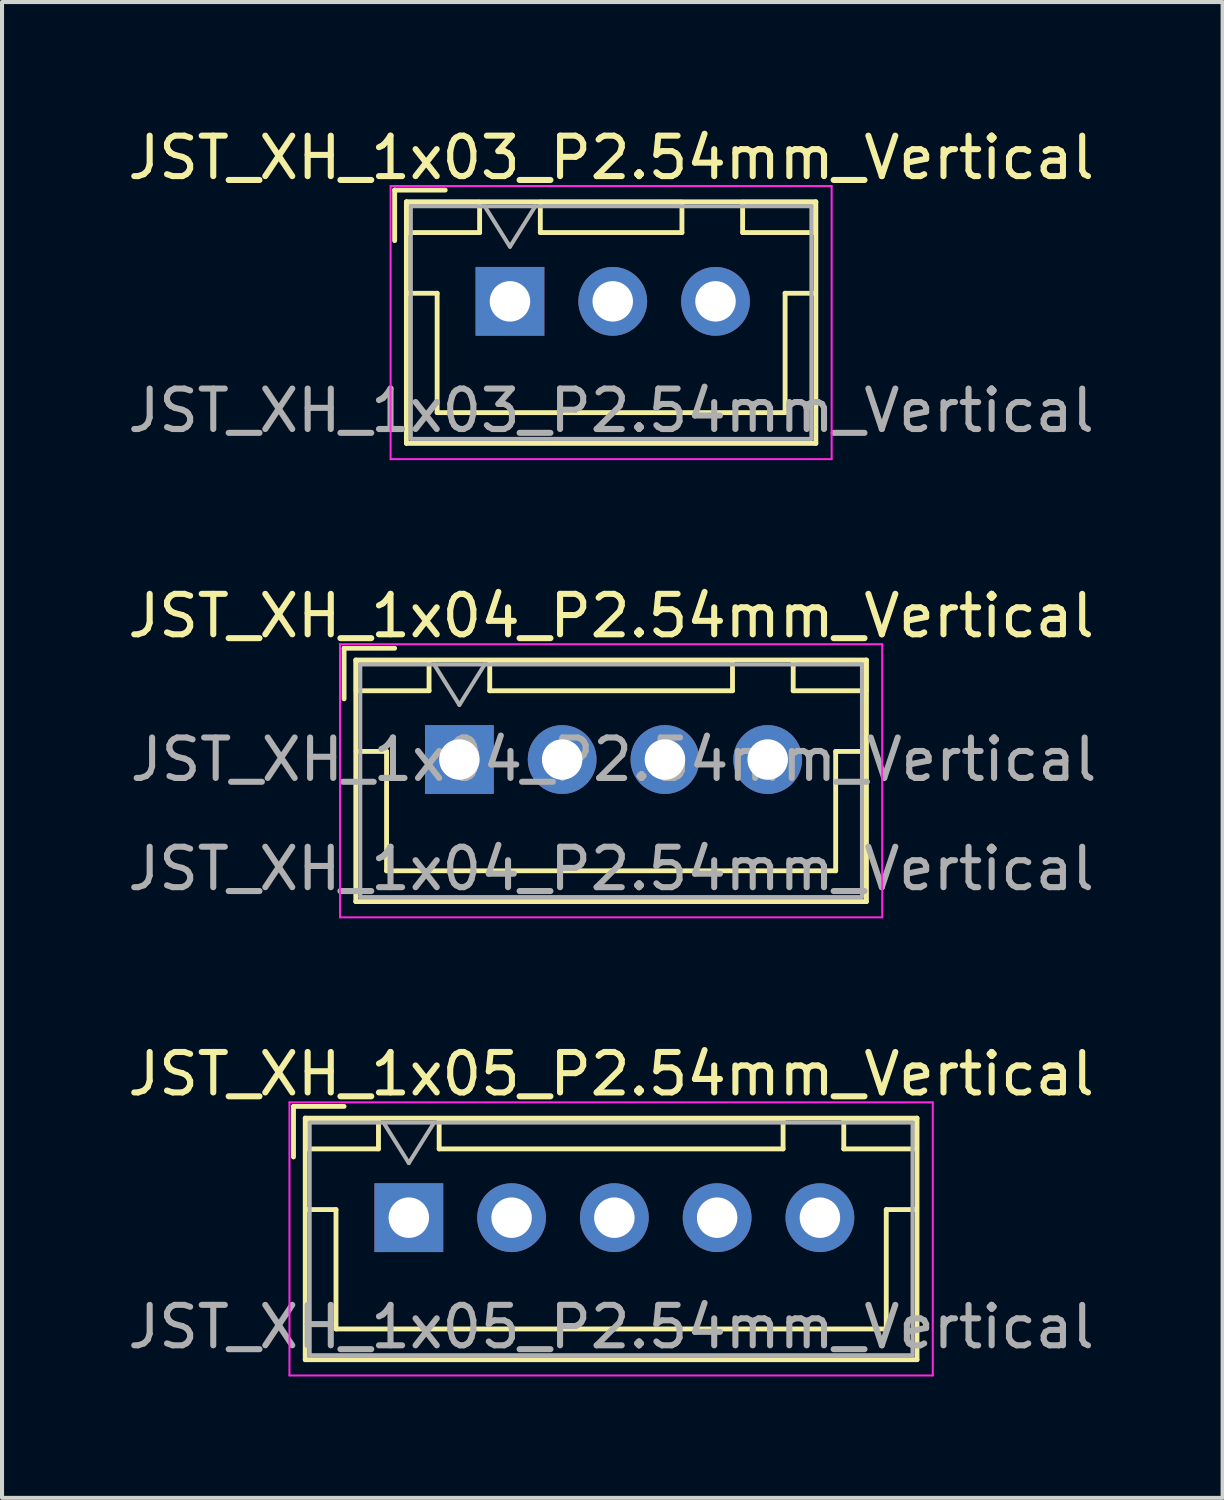
<source format=kicad_pcb>
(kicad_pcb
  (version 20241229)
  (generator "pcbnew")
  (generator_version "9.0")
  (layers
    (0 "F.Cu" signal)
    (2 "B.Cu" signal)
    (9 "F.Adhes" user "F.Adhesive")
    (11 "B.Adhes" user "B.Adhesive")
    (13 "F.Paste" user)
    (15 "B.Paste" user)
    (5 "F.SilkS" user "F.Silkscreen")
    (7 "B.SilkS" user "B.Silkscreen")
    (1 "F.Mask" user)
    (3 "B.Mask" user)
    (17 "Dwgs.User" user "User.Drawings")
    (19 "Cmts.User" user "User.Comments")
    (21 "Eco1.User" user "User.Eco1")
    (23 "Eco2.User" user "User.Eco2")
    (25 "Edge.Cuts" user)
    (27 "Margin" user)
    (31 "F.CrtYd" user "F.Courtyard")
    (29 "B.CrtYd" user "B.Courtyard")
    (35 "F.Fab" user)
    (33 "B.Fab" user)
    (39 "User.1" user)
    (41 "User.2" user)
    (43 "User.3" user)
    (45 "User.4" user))
  (footprint "JST_XH_1x05_P2.54mm_Vertical"
    (layer "F.Cu")
    (at 7.054 27.045)
    (property "Reference" "JST_XH_1x05_P2.54mm_Vertical" (at 5 -3.55 0) (layer "F.SilkS") (effects (font (size 1 1) (thickness 0.15))))
    (attr through_hole)
    (fp_line (start -2.85 -2.75) (end -2.85 -1.5) (stroke (width 0.12) (type solid)) (layer "F.SilkS"))
    (fp_line (start -2.56 -2.46) (end -2.56 3.51) (stroke (width 0.12) (type solid)) (layer "F.SilkS"))
    (fp_line (start -2.56 3.51) (end 12.56 3.51) (stroke (width 0.12) (type solid)) (layer "F.SilkS"))
    (fp_line (start -2.55 -2.45) (end -2.55 -1.7) (stroke (width 0.12) (type solid)) (layer "F.SilkS"))
    (fp_line (start -2.55 -1.7) (end -0.75 -1.7) (stroke (width 0.12) (type solid)) (layer "F.SilkS"))
    (fp_line (start -2.55 -0.2) (end -1.8 -0.2) (stroke (width 0.12) (type solid)) (layer "F.SilkS"))
    (fp_line (start -1.8 -0.2) (end -1.8 2.75) (stroke (width 0.12) (type solid)) (layer "F.SilkS"))
    (fp_line (start -1.8 2.75) (end 5 2.75) (stroke (width 0.12) (type solid)) (layer "F.SilkS"))
    (fp_line (start -1.6 -2.75) (end -2.85 -2.75) (stroke (width 0.12) (type solid)) (layer "F.SilkS"))
    (fp_line (start -0.75 -2.45) (end -2.55 -2.45) (stroke (width 0.12) (type solid)) (layer "F.SilkS"))
    (fp_line (start -0.75 -1.7) (end -0.75 -2.45) (stroke (width 0.12) (type solid)) (layer "F.SilkS"))
    (fp_line (start 0.75 -2.45) (end 0.75 -1.7) (stroke (width 0.12) (type solid)) (layer "F.SilkS"))
    (fp_line (start 0.75 -1.7) (end 9.25 -1.7) (stroke (width 0.12) (type solid)) (layer "F.SilkS"))
    (fp_line (start 9.25 -2.45) (end 0.75 -2.45) (stroke (width 0.12) (type solid)) (layer "F.SilkS"))
    (fp_line (start 9.25 -1.7) (end 9.25 -2.45) (stroke (width 0.12) (type solid)) (layer "F.SilkS"))
    (fp_line (start 10.75 -2.45) (end 10.75 -1.7) (stroke (width 0.12) (type solid)) (layer "F.SilkS"))
    (fp_line (start 10.75 -1.7) (end 12.55 -1.7) (stroke (width 0.12) (type solid)) (layer "F.SilkS"))
    (fp_line (start 11.8 -0.2) (end 11.8 2.75) (stroke (width 0.12) (type solid)) (layer "F.SilkS"))
    (fp_line (start 11.8 2.75) (end 5 2.75) (stroke (width 0.12) (type solid)) (layer "F.SilkS"))
    (fp_line (start 12.55 -2.45) (end 10.75 -2.45) (stroke (width 0.12) (type solid)) (layer "F.SilkS"))
    (fp_line (start 12.55 -1.7) (end 12.55 -2.45) (stroke (width 0.12) (type solid)) (layer "F.SilkS"))
    (fp_line (start 12.55 -0.2) (end 11.8 -0.2) (stroke (width 0.12) (type solid)) (layer "F.SilkS"))
    (fp_line (start 12.56 -2.46) (end -2.56 -2.46) (stroke (width 0.12) (type solid)) (layer "F.SilkS"))
    (fp_line (start 12.56 3.51) (end 12.56 -2.46) (stroke (width 0.12) (type solid)) (layer "F.SilkS"))
    (fp_line (start -2.95 -2.85) (end -2.95 3.9) (stroke (width 0.05) (type solid)) (layer "F.CrtYd"))
    (fp_line (start -2.95 3.9) (end 12.95 3.9) (stroke (width 0.05) (type solid)) (layer "F.CrtYd"))
    (fp_line (start 12.95 -2.85) (end -2.95 -2.85) (stroke (width 0.05) (type solid)) (layer "F.CrtYd"))
    (fp_line (start 12.95 3.9) (end 12.95 -2.85) (stroke (width 0.05) (type solid)) (layer "F.CrtYd"))
    (fp_line (start -2.45 -2.35) (end -2.45 3.4) (stroke (width 0.1) (type solid)) (layer "F.Fab"))
    (fp_line (start -2.45 3.4) (end 12.45 3.4) (stroke (width 0.1) (type solid)) (layer "F.Fab"))
    (fp_line (start -0.625 -2.35) (end 0 -1.35) (stroke (width 0.1) (type solid)) (layer "F.Fab"))
    (fp_line (start 0 -1.35) (end 0.625 -2.35) (stroke (width 0.1) (type solid)) (layer "F.Fab"))
    (fp_line (start 12.45 -2.35) (end -2.45 -2.35) (stroke (width 0.1) (type solid)) (layer "F.Fab"))
    (fp_line (start 12.45 3.4) (end 12.45 -2.35) (stroke (width 0.1) (type solid)) (layer "F.Fab"))
    (fp_text user "${REFERENCE}" (at 5 2.7 0) (layer "F.Fab") (effects (font (size 1 1) (thickness 0.15))))
    (pad "1" thru_hole rect (at 0 0 90) (size 1.7 1.7) (drill 1) (layers "*.Cu" "*.Mask"))
    (pad "2" thru_hole oval (at 2.54 0 90) (size 1.7 1.7) (drill 1) (layers "*.Cu" "*.Mask"))
    (pad "3" thru_hole oval (at 5.08 0 90) (size 1.7 1.7) (drill 1) (layers "*.Cu" "*.Mask"))
    (pad "4" thru_hole oval (at 7.62 0 90) (size 1.7 1.7) (drill 1) (layers "*.Cu" "*.Mask"))
    (pad "5" thru_hole oval (at 10.16 0 90) (size 1.7 1.7) (drill 1) (layers "*.Cu" "*.Mask")))
  (footprint "JST_XH_1x03_P2.54mm_Vertical"
    (layer "F.Cu")
    (at 9.554 4.398)
    (property "Reference" "JST_XH_1x03_P2.54mm_Vertical" (at 2.5 -3.55 0) (layer "F.SilkS") (effects (font (size 1 1) (thickness 0.15))))
    (attr through_hole)
    (fp_line (start -2.85 -2.75) (end -2.85 -1.5) (stroke (width 0.12) (type solid)) (layer "F.SilkS"))
    (fp_line (start -2.56 -2.46) (end -2.56 3.51) (stroke (width 0.12) (type solid)) (layer "F.SilkS"))
    (fp_line (start -2.56 3.51) (end 7.56 3.51) (stroke (width 0.12) (type solid)) (layer "F.SilkS"))
    (fp_line (start -2.55 -2.45) (end -2.55 -1.7) (stroke (width 0.12) (type solid)) (layer "F.SilkS"))
    (fp_line (start -2.55 -1.7) (end -0.75 -1.7) (stroke (width 0.12) (type solid)) (layer "F.SilkS"))
    (fp_line (start -2.55 -0.2) (end -1.8 -0.2) (stroke (width 0.12) (type solid)) (layer "F.SilkS"))
    (fp_line (start -1.8 -0.2) (end -1.8 2.75) (stroke (width 0.12) (type solid)) (layer "F.SilkS"))
    (fp_line (start -1.8 2.75) (end 2.5 2.75) (stroke (width 0.12) (type solid)) (layer "F.SilkS"))
    (fp_line (start -1.6 -2.75) (end -2.85 -2.75) (stroke (width 0.12) (type solid)) (layer "F.SilkS"))
    (fp_line (start -0.75 -2.45) (end -2.55 -2.45) (stroke (width 0.12) (type solid)) (layer "F.SilkS"))
    (fp_line (start -0.75 -1.7) (end -0.75 -2.45) (stroke (width 0.12) (type solid)) (layer "F.SilkS"))
    (fp_line (start 0.75 -2.45) (end 0.75 -1.7) (stroke (width 0.12) (type solid)) (layer "F.SilkS"))
    (fp_line (start 0.75 -1.7) (end 4.25 -1.7) (stroke (width 0.12) (type solid)) (layer "F.SilkS"))
    (fp_line (start 4.25 -2.45) (end 0.75 -2.45) (stroke (width 0.12) (type solid)) (layer "F.SilkS"))
    (fp_line (start 4.25 -1.7) (end 4.25 -2.45) (stroke (width 0.12) (type solid)) (layer "F.SilkS"))
    (fp_line (start 5.75 -2.45) (end 5.75 -1.7) (stroke (width 0.12) (type solid)) (layer "F.SilkS"))
    (fp_line (start 5.75 -1.7) (end 7.55 -1.7) (stroke (width 0.12) (type solid)) (layer "F.SilkS"))
    (fp_line (start 6.8 -0.2) (end 6.8 2.75) (stroke (width 0.12) (type solid)) (layer "F.SilkS"))
    (fp_line (start 6.8 2.75) (end 2.5 2.75) (stroke (width 0.12) (type solid)) (layer "F.SilkS"))
    (fp_line (start 7.55 -2.45) (end 5.75 -2.45) (stroke (width 0.12) (type solid)) (layer "F.SilkS"))
    (fp_line (start 7.55 -1.7) (end 7.55 -2.45) (stroke (width 0.12) (type solid)) (layer "F.SilkS"))
    (fp_line (start 7.55 -0.2) (end 6.8 -0.2) (stroke (width 0.12) (type solid)) (layer "F.SilkS"))
    (fp_line (start 7.56 -2.46) (end -2.56 -2.46) (stroke (width 0.12) (type solid)) (layer "F.SilkS"))
    (fp_line (start 7.56 3.51) (end 7.56 -2.46) (stroke (width 0.12) (type solid)) (layer "F.SilkS"))
    (fp_line (start -2.95 -2.85) (end -2.95 3.9) (stroke (width 0.05) (type solid)) (layer "F.CrtYd"))
    (fp_line (start -2.95 3.9) (end 7.95 3.9) (stroke (width 0.05) (type solid)) (layer "F.CrtYd"))
    (fp_line (start 7.95 -2.85) (end -2.95 -2.85) (stroke (width 0.05) (type solid)) (layer "F.CrtYd"))
    (fp_line (start 7.95 3.9) (end 7.95 -2.85) (stroke (width 0.05) (type solid)) (layer "F.CrtYd"))
    (fp_line (start -2.45 -2.35) (end -2.45 3.4) (stroke (width 0.1) (type solid)) (layer "F.Fab"))
    (fp_line (start -2.45 3.4) (end 7.45 3.4) (stroke (width 0.1) (type solid)) (layer "F.Fab"))
    (fp_line (start -0.625 -2.35) (end 0 -1.35) (stroke (width 0.1) (type solid)) (layer "F.Fab"))
    (fp_line (start 0 -1.35) (end 0.625 -2.35) (stroke (width 0.1) (type solid)) (layer "F.Fab"))
    (fp_line (start 7.45 -2.35) (end -2.45 -2.35) (stroke (width 0.1) (type solid)) (layer "F.Fab"))
    (fp_line (start 7.45 3.4) (end 7.45 -2.35) (stroke (width 0.1) (type solid)) (layer "F.Fab"))
    (fp_text user "${REFERENCE}" (at 2.5 2.7 0) (layer "F.Fab") (effects (font (size 1 1) (thickness 0.15))))
    (pad "1" thru_hole rect (at 0 0 90) (size 1.7 1.7) (drill 1) (layers "*.Cu" "*.Mask"))
    (pad "2" thru_hole oval (at 2.54 0 90) (size 1.7 1.7) (drill 1) (layers "*.Cu" "*.Mask"))
    (pad "3" thru_hole oval (at 5.08 0 90) (size 1.7 1.7) (drill 1) (layers "*.Cu" "*.Mask")))
  (footprint "JST_XH_1x04_P2.54mm_Vertical"
    (layer "F.Cu")
    (at 8.304 15.722)
    (property "Reference" "JST_XH_1x04_P2.54mm_Vertical" (at 3.75 -3.55 0) (layer "F.SilkS") (effects (font (size 1 1) (thickness 0.15))))
    (attr through_hole)
    (fp_line (start -2.85 -2.75) (end -2.85 -1.5) (stroke (width 0.12) (type solid)) (layer "F.SilkS"))
    (fp_line (start -2.56 -2.46) (end -2.56 3.51) (stroke (width 0.12) (type solid)) (layer "F.SilkS"))
    (fp_line (start -2.56 3.51) (end 10.06 3.51) (stroke (width 0.12) (type solid)) (layer "F.SilkS"))
    (fp_line (start -2.55 -2.45) (end -2.55 -1.7) (stroke (width 0.12) (type solid)) (layer "F.SilkS"))
    (fp_line (start -2.55 -1.7) (end -0.75 -1.7) (stroke (width 0.12) (type solid)) (layer "F.SilkS"))
    (fp_line (start -2.55 -0.2) (end -1.8 -0.2) (stroke (width 0.12) (type solid)) (layer "F.SilkS"))
    (fp_line (start -1.8 -0.2) (end -1.8 2.75) (stroke (width 0.12) (type solid)) (layer "F.SilkS"))
    (fp_line (start -1.8 2.75) (end 3.75 2.75) (stroke (width 0.12) (type solid)) (layer "F.SilkS"))
    (fp_line (start -1.6 -2.75) (end -2.85 -2.75) (stroke (width 0.12) (type solid)) (layer "F.SilkS"))
    (fp_line (start -0.75 -2.45) (end -2.55 -2.45) (stroke (width 0.12) (type solid)) (layer "F.SilkS"))
    (fp_line (start -0.75 -1.7) (end -0.75 -2.45) (stroke (width 0.12) (type solid)) (layer "F.SilkS"))
    (fp_line (start 0.75 -2.45) (end 0.75 -1.7) (stroke (width 0.12) (type solid)) (layer "F.SilkS"))
    (fp_line (start 0.75 -1.7) (end 6.75 -1.7) (stroke (width 0.12) (type solid)) (layer "F.SilkS"))
    (fp_line (start 6.75 -2.45) (end 0.75 -2.45) (stroke (width 0.12) (type solid)) (layer "F.SilkS"))
    (fp_line (start 6.75 -1.7) (end 6.75 -2.45) (stroke (width 0.12) (type solid)) (layer "F.SilkS"))
    (fp_line (start 8.25 -2.45) (end 8.25 -1.7) (stroke (width 0.12) (type solid)) (layer "F.SilkS"))
    (fp_line (start 8.25 -1.7) (end 10.05 -1.7) (stroke (width 0.12) (type solid)) (layer "F.SilkS"))
    (fp_line (start 9.3 -0.2) (end 9.3 2.75) (stroke (width 0.12) (type solid)) (layer "F.SilkS"))
    (fp_line (start 9.3 2.75) (end 3.75 2.75) (stroke (width 0.12) (type solid)) (layer "F.SilkS"))
    (fp_line (start 10.05 -2.45) (end 8.25 -2.45) (stroke (width 0.12) (type solid)) (layer "F.SilkS"))
    (fp_line (start 10.05 -1.7) (end 10.05 -2.45) (stroke (width 0.12) (type solid)) (layer "F.SilkS"))
    (fp_line (start 10.05 -0.2) (end 9.3 -0.2) (stroke (width 0.12) (type solid)) (layer "F.SilkS"))
    (fp_line (start 10.06 -2.46) (end -2.56 -2.46) (stroke (width 0.12) (type solid)) (layer "F.SilkS"))
    (fp_line (start 10.06 3.51) (end 10.06 -2.46) (stroke (width 0.12) (type solid)) (layer "F.SilkS"))
    (fp_line (start -2.95 -2.85) (end -2.95 3.9) (stroke (width 0.05) (type solid)) (layer "F.CrtYd"))
    (fp_line (start -2.95 3.9) (end 10.45 3.9) (stroke (width 0.05) (type solid)) (layer "F.CrtYd"))
    (fp_line (start 10.45 -2.85) (end -2.95 -2.85) (stroke (width 0.05) (type solid)) (layer "F.CrtYd"))
    (fp_line (start 10.45 3.9) (end 10.45 -2.85) (stroke (width 0.05) (type solid)) (layer "F.CrtYd"))
    (fp_line (start -2.45 -2.35) (end -2.45 3.4) (stroke (width 0.1) (type solid)) (layer "F.Fab"))
    (fp_line (start -2.45 3.4) (end 9.95 3.4) (stroke (width 0.1) (type solid)) (layer "F.Fab"))
    (fp_line (start -0.625 -2.35) (end 0 -1.35) (stroke (width 0.1) (type solid)) (layer "F.Fab"))
    (fp_line (start 0 -1.35) (end 0.625 -2.35) (stroke (width 0.1) (type solid)) (layer "F.Fab"))
    (fp_line (start 9.95 -2.35) (end -2.45 -2.35) (stroke (width 0.1) (type solid)) (layer "F.Fab"))
    (fp_line (start 9.95 3.4) (end 9.95 -2.35) (stroke (width 0.1) (type solid)) (layer "F.Fab"))
    (fp_text user "${REFERENCE}" (at 3.81 0 180) (layer "F.Fab") (effects (font (size 1 1) (thickness 0.15))))
    (fp_text user "${REFERENCE}" (at 3.75 2.7 0) (layer "F.Fab") (effects (font (size 1 1) (thickness 0.15))))
    (pad "1" thru_hole rect (at 0 0 90) (size 1.7 1.7) (drill 1) (layers "*.Cu" "*.Mask"))
    (pad "2" thru_hole oval (at 2.54 0 90) (size 1.7 1.7) (drill 1) (layers "*.Cu" "*.Mask"))
    (pad "3" thru_hole oval (at 5.08 0 90) (size 1.7 1.7) (drill 1) (layers "*.Cu" "*.Mask"))
    (pad "4" thru_hole oval (at 7.62 0 90) (size 1.7 1.7) (drill 1) (layers "*.Cu" "*.Mask")))
  (gr_rect
    (start -3 -3)
    (end 27.167 33.97)
    (stroke (width 0.1) (type default))
    (fill no)
    (layer "Edge.Cuts")))
</source>
